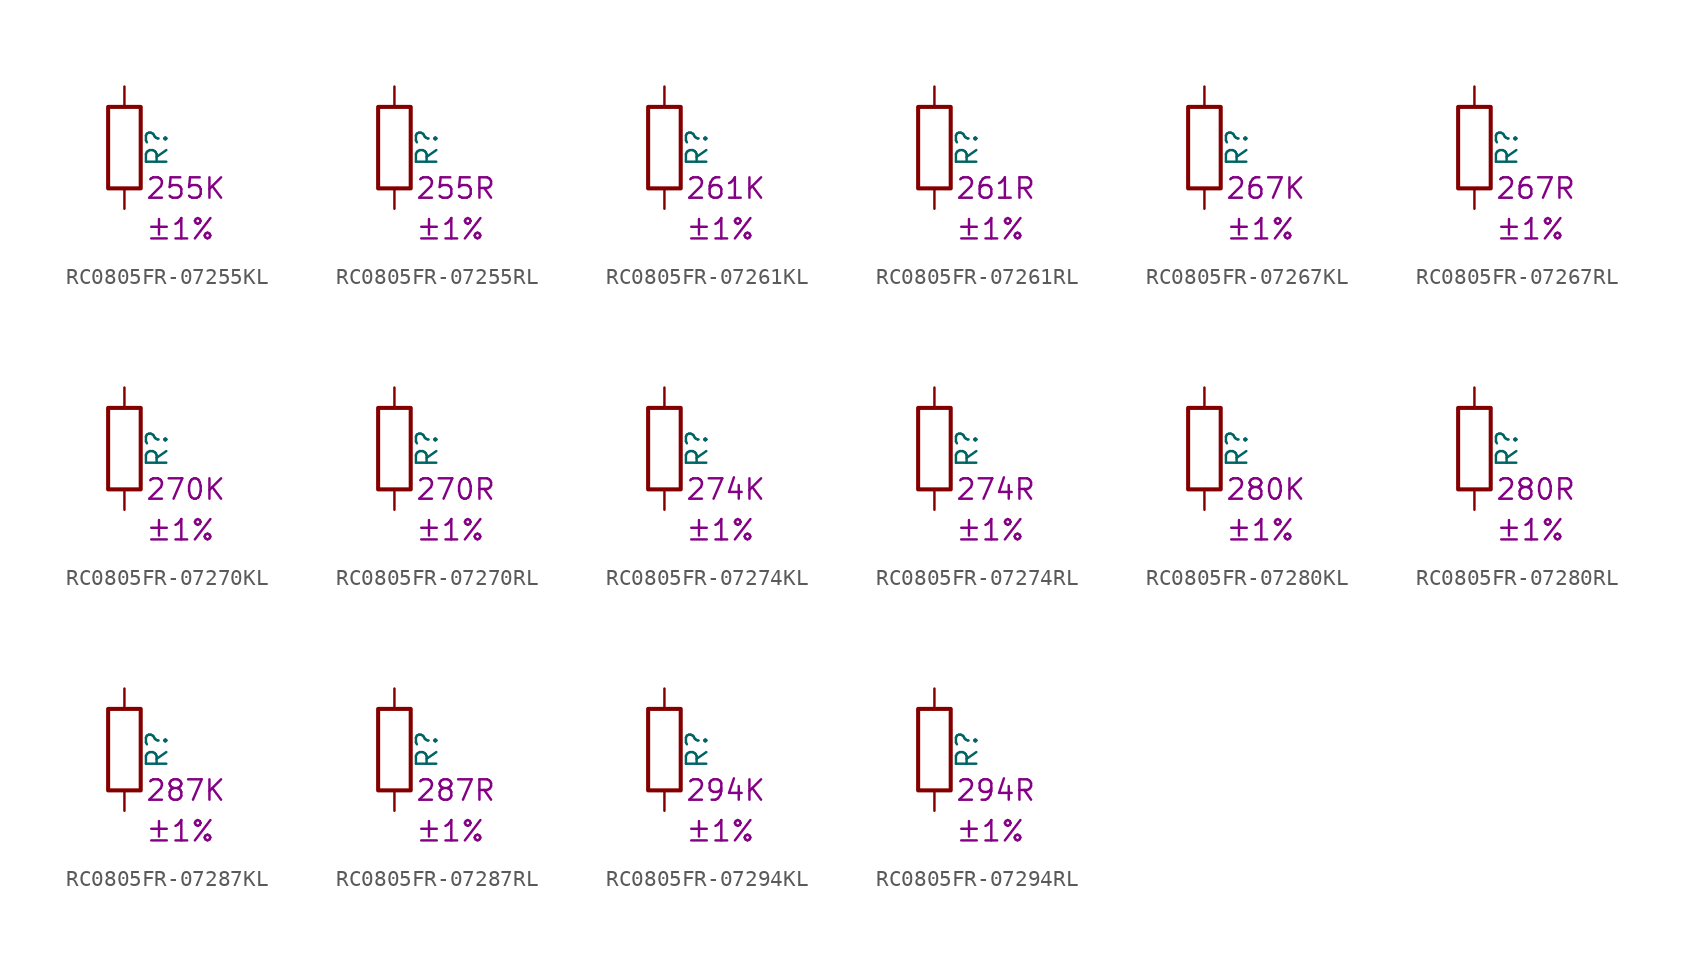
<source format=kicad_sym>
(kicad_symbol_lib
  (version 20220914)
  (generator kicad_symbol_editor)
  (symbol "RC0805FR-07255KL"
    (pin_numbers hide)
    (pin_names
      (offset 0))
    (property "Reference" "R"
      (at 2.032 0 90)
      (effects (font (size 1.27 1.27))))
    (property "Resistance" "255K"
      (at 1.27 -2.54 0)
      (effects (font (size 1.27 1.27)) (justify left)))
    (property "Tolerance" "±1%"
      (at 1.27 -5.08 0)
      (effects (font (size 1.27 1.27)) (justify left)))
    (symbol "RC0805FR-07255KL_0_1"
      (rectangle (start -1.016 -2.54) (end 1.016 2.54) (stroke (width 0.254) (type default)) (fill (type none))))
    (symbol "RC0805FR-07255KL_1_1"
      (pin passive line (at 0 3.81 270) (length 1.27) (name "~" (effects (font (size 1.27 1.27)))) (number "1" (effects (font (size 1.27 1.27)))))
      (pin passive line (at 0 -3.81 90) (length 1.27) (name "~" (effects (font (size 1.27 1.27)))) (number "2" (effects (font (size 1.27 1.27)))))))
  (symbol "RC0805FR-07255RL"
    (pin_numbers hide)
    (pin_names
      (offset 0))
    (property "Reference" "R"
      (at 2.032 0 90)
      (effects (font (size 1.27 1.27))))
    (property "Resistance" "255R"
      (at 1.27 -2.54 0)
      (effects (font (size 1.27 1.27)) (justify left)))
    (property "Tolerance" "±1%"
      (at 1.27 -5.08 0)
      (effects (font (size 1.27 1.27)) (justify left)))
    (symbol "RC0805FR-07255RL_0_1"
      (rectangle (start -1.016 -2.54) (end 1.016 2.54) (stroke (width 0.254) (type default)) (fill (type none))))
    (symbol "RC0805FR-07255RL_1_1"
      (pin passive line (at 0 3.81 270) (length 1.27) (name "~" (effects (font (size 1.27 1.27)))) (number "1" (effects (font (size 1.27 1.27)))))
      (pin passive line (at 0 -3.81 90) (length 1.27) (name "~" (effects (font (size 1.27 1.27)))) (number "2" (effects (font (size 1.27 1.27)))))))
  (symbol "RC0805FR-07261KL"
    (pin_numbers hide)
    (pin_names
      (offset 0))
    (property "Reference" "R"
      (at 2.032 0 90)
      (effects (font (size 1.27 1.27))))
    (property "Resistance" "261K"
      (at 1.27 -2.54 0)
      (effects (font (size 1.27 1.27)) (justify left)))
    (property "Tolerance" "±1%"
      (at 1.27 -5.08 0)
      (effects (font (size 1.27 1.27)) (justify left)))
    (symbol "RC0805FR-07261KL_0_1"
      (rectangle (start -1.016 -2.54) (end 1.016 2.54) (stroke (width 0.254) (type default)) (fill (type none))))
    (symbol "RC0805FR-07261KL_1_1"
      (pin passive line (at 0 3.81 270) (length 1.27) (name "~" (effects (font (size 1.27 1.27)))) (number "1" (effects (font (size 1.27 1.27)))))
      (pin passive line (at 0 -3.81 90) (length 1.27) (name "~" (effects (font (size 1.27 1.27)))) (number "2" (effects (font (size 1.27 1.27)))))))
  (symbol "RC0805FR-07261RL"
    (pin_numbers hide)
    (pin_names
      (offset 0))
    (property "Reference" "R"
      (at 2.032 0 90)
      (effects (font (size 1.27 1.27))))
    (property "Resistance" "261R"
      (at 1.27 -2.54 0)
      (effects (font (size 1.27 1.27)) (justify left)))
    (property "Tolerance" "±1%"
      (at 1.27 -5.08 0)
      (effects (font (size 1.27 1.27)) (justify left)))
    (symbol "RC0805FR-07261RL_0_1"
      (rectangle (start -1.016 -2.54) (end 1.016 2.54) (stroke (width 0.254) (type default)) (fill (type none))))
    (symbol "RC0805FR-07261RL_1_1"
      (pin passive line (at 0 3.81 270) (length 1.27) (name "~" (effects (font (size 1.27 1.27)))) (number "1" (effects (font (size 1.27 1.27)))))
      (pin passive line (at 0 -3.81 90) (length 1.27) (name "~" (effects (font (size 1.27 1.27)))) (number "2" (effects (font (size 1.27 1.27)))))))
  (symbol "RC0805FR-07267KL"
    (pin_numbers hide)
    (pin_names
      (offset 0))
    (property "Reference" "R"
      (at 2.032 0 90)
      (effects (font (size 1.27 1.27))))
    (property "Resistance" "267K"
      (at 1.27 -2.54 0)
      (effects (font (size 1.27 1.27)) (justify left)))
    (property "Tolerance" "±1%"
      (at 1.27 -5.08 0)
      (effects (font (size 1.27 1.27)) (justify left)))
    (symbol "RC0805FR-07267KL_0_1"
      (rectangle (start -1.016 -2.54) (end 1.016 2.54) (stroke (width 0.254) (type default)) (fill (type none))))
    (symbol "RC0805FR-07267KL_1_1"
      (pin passive line (at 0 3.81 270) (length 1.27) (name "~" (effects (font (size 1.27 1.27)))) (number "1" (effects (font (size 1.27 1.27)))))
      (pin passive line (at 0 -3.81 90) (length 1.27) (name "~" (effects (font (size 1.27 1.27)))) (number "2" (effects (font (size 1.27 1.27)))))))
  (symbol "RC0805FR-07267RL"
    (pin_numbers hide)
    (pin_names
      (offset 0))
    (property "Reference" "R"
      (at 2.032 0 90)
      (effects (font (size 1.27 1.27))))
    (property "Resistance" "267R"
      (at 1.27 -2.54 0)
      (effects (font (size 1.27 1.27)) (justify left)))
    (property "Tolerance" "±1%"
      (at 1.27 -5.08 0)
      (effects (font (size 1.27 1.27)) (justify left)))
    (symbol "RC0805FR-07267RL_0_1"
      (rectangle (start -1.016 -2.54) (end 1.016 2.54) (stroke (width 0.254) (type default)) (fill (type none))))
    (symbol "RC0805FR-07267RL_1_1"
      (pin passive line (at 0 3.81 270) (length 1.27) (name "~" (effects (font (size 1.27 1.27)))) (number "1" (effects (font (size 1.27 1.27)))))
      (pin passive line (at 0 -3.81 90) (length 1.27) (name "~" (effects (font (size 1.27 1.27)))) (number "2" (effects (font (size 1.27 1.27)))))))
  (symbol "RC0805FR-07270KL"
    (pin_numbers hide)
    (pin_names
      (offset 0))
    (property "Reference" "R"
      (at 2.032 0 90)
      (effects (font (size 1.27 1.27))))
    (property "Resistance" "270K"
      (at 1.27 -2.54 0)
      (effects (font (size 1.27 1.27)) (justify left)))
    (property "Tolerance" "±1%"
      (at 1.27 -5.08 0)
      (effects (font (size 1.27 1.27)) (justify left)))
    (symbol "RC0805FR-07270KL_0_1"
      (rectangle (start -1.016 -2.54) (end 1.016 2.54) (stroke (width 0.254) (type default)) (fill (type none))))
    (symbol "RC0805FR-07270KL_1_1"
      (pin passive line (at 0 3.81 270) (length 1.27) (name "~" (effects (font (size 1.27 1.27)))) (number "1" (effects (font (size 1.27 1.27)))))
      (pin passive line (at 0 -3.81 90) (length 1.27) (name "~" (effects (font (size 1.27 1.27)))) (number "2" (effects (font (size 1.27 1.27)))))))
  (symbol "RC0805FR-07270RL"
    (pin_numbers hide)
    (pin_names
      (offset 0))
    (property "Reference" "R"
      (at 2.032 0 90)
      (effects (font (size 1.27 1.27))))
    (property "Resistance" "270R"
      (at 1.27 -2.54 0)
      (effects (font (size 1.27 1.27)) (justify left)))
    (property "Tolerance" "±1%"
      (at 1.27 -5.08 0)
      (effects (font (size 1.27 1.27)) (justify left)))
    (symbol "RC0805FR-07270RL_0_1"
      (rectangle (start -1.016 -2.54) (end 1.016 2.54) (stroke (width 0.254) (type default)) (fill (type none))))
    (symbol "RC0805FR-07270RL_1_1"
      (pin passive line (at 0 3.81 270) (length 1.27) (name "~" (effects (font (size 1.27 1.27)))) (number "1" (effects (font (size 1.27 1.27)))))
      (pin passive line (at 0 -3.81 90) (length 1.27) (name "~" (effects (font (size 1.27 1.27)))) (number "2" (effects (font (size 1.27 1.27)))))))
  (symbol "RC0805FR-07274KL"
    (pin_numbers hide)
    (pin_names
      (offset 0))
    (property "Reference" "R"
      (at 2.032 0 90)
      (effects (font (size 1.27 1.27))))
    (property "Resistance" "274K"
      (at 1.27 -2.54 0)
      (effects (font (size 1.27 1.27)) (justify left)))
    (property "Tolerance" "±1%"
      (at 1.27 -5.08 0)
      (effects (font (size 1.27 1.27)) (justify left)))
    (symbol "RC0805FR-07274KL_0_1"
      (rectangle (start -1.016 -2.54) (end 1.016 2.54) (stroke (width 0.254) (type default)) (fill (type none))))
    (symbol "RC0805FR-07274KL_1_1"
      (pin passive line (at 0 3.81 270) (length 1.27) (name "~" (effects (font (size 1.27 1.27)))) (number "1" (effects (font (size 1.27 1.27)))))
      (pin passive line (at 0 -3.81 90) (length 1.27) (name "~" (effects (font (size 1.27 1.27)))) (number "2" (effects (font (size 1.27 1.27)))))))
  (symbol "RC0805FR-07274RL"
    (pin_numbers hide)
    (pin_names
      (offset 0))
    (property "Reference" "R"
      (at 2.032 0 90)
      (effects (font (size 1.27 1.27))))
    (property "Resistance" "274R"
      (at 1.27 -2.54 0)
      (effects (font (size 1.27 1.27)) (justify left)))
    (property "Tolerance" "±1%"
      (at 1.27 -5.08 0)
      (effects (font (size 1.27 1.27)) (justify left)))
    (symbol "RC0805FR-07274RL_0_1"
      (rectangle (start -1.016 -2.54) (end 1.016 2.54) (stroke (width 0.254) (type default)) (fill (type none))))
    (symbol "RC0805FR-07274RL_1_1"
      (pin passive line (at 0 3.81 270) (length 1.27) (name "~" (effects (font (size 1.27 1.27)))) (number "1" (effects (font (size 1.27 1.27)))))
      (pin passive line (at 0 -3.81 90) (length 1.27) (name "~" (effects (font (size 1.27 1.27)))) (number "2" (effects (font (size 1.27 1.27)))))))
  (symbol "RC0805FR-07280KL"
    (pin_numbers hide)
    (pin_names
      (offset 0))
    (property "Reference" "R"
      (at 2.032 0 90)
      (effects (font (size 1.27 1.27))))
    (property "Resistance" "280K"
      (at 1.27 -2.54 0)
      (effects (font (size 1.27 1.27)) (justify left)))
    (property "Tolerance" "±1%"
      (at 1.27 -5.08 0)
      (effects (font (size 1.27 1.27)) (justify left)))
    (symbol "RC0805FR-07280KL_0_1"
      (rectangle (start -1.016 -2.54) (end 1.016 2.54) (stroke (width 0.254) (type default)) (fill (type none))))
    (symbol "RC0805FR-07280KL_1_1"
      (pin passive line (at 0 3.81 270) (length 1.27) (name "~" (effects (font (size 1.27 1.27)))) (number "1" (effects (font (size 1.27 1.27)))))
      (pin passive line (at 0 -3.81 90) (length 1.27) (name "~" (effects (font (size 1.27 1.27)))) (number "2" (effects (font (size 1.27 1.27)))))))
  (symbol "RC0805FR-07280RL"
    (pin_numbers hide)
    (pin_names
      (offset 0))
    (property "Reference" "R"
      (at 2.032 0 90)
      (effects (font (size 1.27 1.27))))
    (property "Resistance" "280R"
      (at 1.27 -2.54 0)
      (effects (font (size 1.27 1.27)) (justify left)))
    (property "Tolerance" "±1%"
      (at 1.27 -5.08 0)
      (effects (font (size 1.27 1.27)) (justify left)))
    (symbol "RC0805FR-07280RL_0_1"
      (rectangle (start -1.016 -2.54) (end 1.016 2.54) (stroke (width 0.254) (type default)) (fill (type none))))
    (symbol "RC0805FR-07280RL_1_1"
      (pin passive line (at 0 3.81 270) (length 1.27) (name "~" (effects (font (size 1.27 1.27)))) (number "1" (effects (font (size 1.27 1.27)))))
      (pin passive line (at 0 -3.81 90) (length 1.27) (name "~" (effects (font (size 1.27 1.27)))) (number "2" (effects (font (size 1.27 1.27)))))))
  (symbol "RC0805FR-07287KL"
    (pin_numbers hide)
    (pin_names
      (offset 0))
    (property "Reference" "R"
      (at 2.032 0 90)
      (effects (font (size 1.27 1.27))))
    (property "Resistance" "287K"
      (at 1.27 -2.54 0)
      (effects (font (size 1.27 1.27)) (justify left)))
    (property "Tolerance" "±1%"
      (at 1.27 -5.08 0)
      (effects (font (size 1.27 1.27)) (justify left)))
    (symbol "RC0805FR-07287KL_0_1"
      (rectangle (start -1.016 -2.54) (end 1.016 2.54) (stroke (width 0.254) (type default)) (fill (type none))))
    (symbol "RC0805FR-07287KL_1_1"
      (pin passive line (at 0 3.81 270) (length 1.27) (name "~" (effects (font (size 1.27 1.27)))) (number "1" (effects (font (size 1.27 1.27)))))
      (pin passive line (at 0 -3.81 90) (length 1.27) (name "~" (effects (font (size 1.27 1.27)))) (number "2" (effects (font (size 1.27 1.27)))))))
  (symbol "RC0805FR-07287RL"
    (pin_numbers hide)
    (pin_names
      (offset 0))
    (property "Reference" "R"
      (at 2.032 0 90)
      (effects (font (size 1.27 1.27))))
    (property "Resistance" "287R"
      (at 1.27 -2.54 0)
      (effects (font (size 1.27 1.27)) (justify left)))
    (property "Tolerance" "±1%"
      (at 1.27 -5.08 0)
      (effects (font (size 1.27 1.27)) (justify left)))
    (symbol "RC0805FR-07287RL_0_1"
      (rectangle (start -1.016 -2.54) (end 1.016 2.54) (stroke (width 0.254) (type default)) (fill (type none))))
    (symbol "RC0805FR-07287RL_1_1"
      (pin passive line (at 0 3.81 270) (length 1.27) (name "~" (effects (font (size 1.27 1.27)))) (number "1" (effects (font (size 1.27 1.27)))))
      (pin passive line (at 0 -3.81 90) (length 1.27) (name "~" (effects (font (size 1.27 1.27)))) (number "2" (effects (font (size 1.27 1.27)))))))
  (symbol "RC0805FR-07294KL"
    (pin_numbers hide)
    (pin_names
      (offset 0))
    (property "Reference" "R"
      (at 2.032 0 90)
      (effects (font (size 1.27 1.27))))
    (property "Resistance" "294K"
      (at 1.27 -2.54 0)
      (effects (font (size 1.27 1.27)) (justify left)))
    (property "Tolerance" "±1%"
      (at 1.27 -5.08 0)
      (effects (font (size 1.27 1.27)) (justify left)))
    (symbol "RC0805FR-07294KL_0_1"
      (rectangle (start -1.016 -2.54) (end 1.016 2.54) (stroke (width 0.254) (type default)) (fill (type none))))
    (symbol "RC0805FR-07294KL_1_1"
      (pin passive line (at 0 3.81 270) (length 1.27) (name "~" (effects (font (size 1.27 1.27)))) (number "1" (effects (font (size 1.27 1.27)))))
      (pin passive line (at 0 -3.81 90) (length 1.27) (name "~" (effects (font (size 1.27 1.27)))) (number "2" (effects (font (size 1.27 1.27)))))))
  (symbol "RC0805FR-07294RL"
    (pin_numbers hide)
    (pin_names
      (offset 0))
    (property "Reference" "R"
      (at 2.032 0 90)
      (effects (font (size 1.27 1.27))))
    (property "Resistance" "294R"
      (at 1.27 -2.54 0)
      (effects (font (size 1.27 1.27)) (justify left)))
    (property "Tolerance" "±1%"
      (at 1.27 -5.08 0)
      (effects (font (size 1.27 1.27)) (justify left)))
    (symbol "RC0805FR-07294RL_0_1"
      (rectangle (start -1.016 -2.54) (end 1.016 2.54) (stroke (width 0.254) (type default)) (fill (type none))))
    (symbol "RC0805FR-07294RL_1_1"
      (pin passive line (at 0 3.81 270) (length 1.27) (name "~" (effects (font (size 1.27 1.27)))) (number "1" (effects (font (size 1.27 1.27)))))
      (pin passive line (at 0 -3.81 90) (length 1.27) (name "~" (effects (font (size 1.27 1.27)))) (number "2" (effects (font (size 1.27 1.27))))))))
</source>
